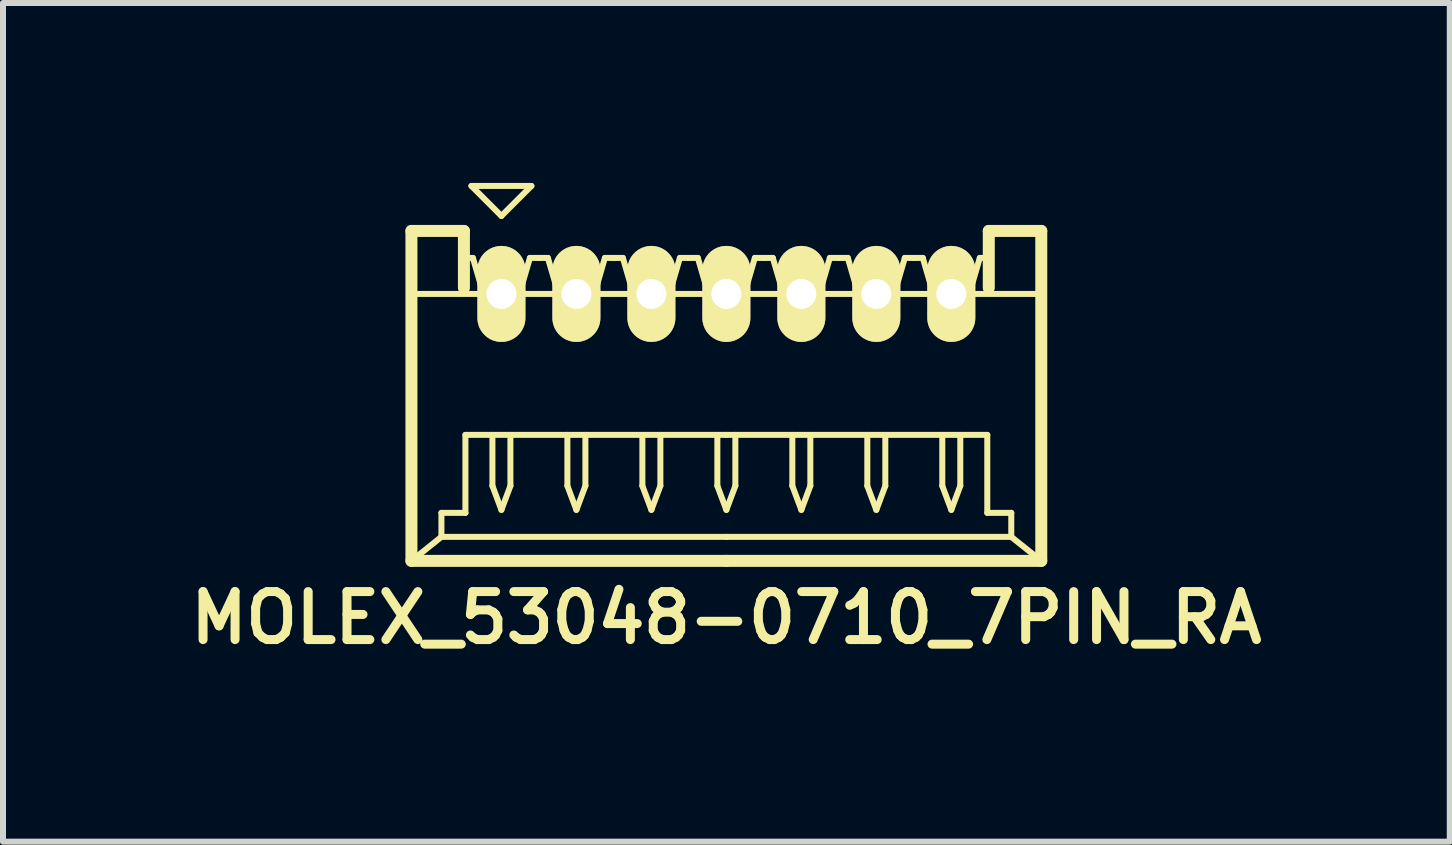
<source format=kicad_pcb>
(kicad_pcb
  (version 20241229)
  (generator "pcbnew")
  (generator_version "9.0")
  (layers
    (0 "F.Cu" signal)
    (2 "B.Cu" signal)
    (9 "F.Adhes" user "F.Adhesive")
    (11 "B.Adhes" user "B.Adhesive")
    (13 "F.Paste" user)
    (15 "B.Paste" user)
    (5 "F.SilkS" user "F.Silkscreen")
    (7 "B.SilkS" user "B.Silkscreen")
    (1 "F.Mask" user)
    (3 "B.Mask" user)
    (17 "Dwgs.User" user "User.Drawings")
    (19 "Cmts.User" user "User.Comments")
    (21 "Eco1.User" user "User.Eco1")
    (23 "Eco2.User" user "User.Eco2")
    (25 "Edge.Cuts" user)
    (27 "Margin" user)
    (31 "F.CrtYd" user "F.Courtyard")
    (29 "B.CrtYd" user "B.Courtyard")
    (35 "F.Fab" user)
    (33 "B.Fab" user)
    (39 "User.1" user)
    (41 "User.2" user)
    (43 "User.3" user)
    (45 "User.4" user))
  (footprint "MOLEX_53048-0710_7PIN_RA"
    (layer "F.Cu")
    (at 9.059 3.55)
    (property "Reference" "MOLEX_53048-0710_7PIN_RA" (at 0 3.7 0) (layer "F.SilkS") (effects (font (size 0.8 0.8) (thickness 0.15))))
    (attr through_hole)
    (fp_line (start -5.25 -2.75) (end -4.375 -2.75) (stroke (width 0.2) (type solid)) (layer "F.SilkS"))
    (fp_line (start -5.25 -1.7) (end 5.25 -1.7) (stroke (width 0.1) (type solid)) (layer "F.SilkS"))
    (fp_line (start -5.25 2.75) (end -5.25 -2.75) (stroke (width 0.2) (type solid)) (layer "F.SilkS"))
    (fp_line (start -4.75 1.95) (end -4.75 2.35) (stroke (width 0.1) (type solid)) (layer "F.SilkS"))
    (fp_line (start -4.75 2.35) (end -5.25 2.75) (stroke (width 0.1) (type solid)) (layer "F.SilkS"))
    (fp_line (start -4.75 2.35) (end 0 2.35) (stroke (width 0.1) (type solid)) (layer "F.SilkS"))
    (fp_line (start -4.375 -2.75) (end -4.375 -1.8) (stroke (width 0.2) (type solid)) (layer "F.SilkS"))
    (fp_line (start -4.375 -2.3) (end -4.225 -2.3) (stroke (width 0.1) (type solid)) (layer "F.SilkS"))
    (fp_line (start -4.35 0.65) (end -4.35 1.95) (stroke (width 0.1) (type solid)) (layer "F.SilkS"))
    (fp_line (start -4.35 1.95) (end -4.75 1.95) (stroke (width 0.1) (type solid)) (layer "F.SilkS"))
    (fp_line (start -4.25 -3.5) (end -3.75 -3) (stroke (width 0.1) (type solid)) (layer "F.SilkS"))
    (fp_line (start -4.225 -2.3) (end -4.05 -1.7) (stroke (width 0.1) (type solid)) (layer "F.SilkS"))
    (fp_line (start -4.05 -1.7) (end -3.45 -1.7) (stroke (width 0.1) (type solid)) (layer "F.SilkS"))
    (fp_line (start -3.9 0.65) (end -3.9 1.5) (stroke (width 0.1) (type solid)) (layer "F.SilkS"))
    (fp_line (start -3.9 1.5) (end -3.75 1.9) (stroke (width 0.1) (type solid)) (layer "F.SilkS"))
    (fp_line (start -3.75 -3) (end -3.25 -3.5) (stroke (width 0.1) (type solid)) (layer "F.SilkS"))
    (fp_line (start -3.75 1.9) (end -3.6 1.5) (stroke (width 0.1) (type solid)) (layer "F.SilkS"))
    (fp_line (start -3.6 1.5) (end -3.6 0.65) (stroke (width 0.1) (type solid)) (layer "F.SilkS"))
    (fp_line (start -3.45 -1.7) (end -3.275 -2.3) (stroke (width 0.1) (type solid)) (layer "F.SilkS"))
    (fp_line (start -3.275 -2.3) (end -3.125 -2.3) (stroke (width 0.1) (type solid)) (layer "F.SilkS"))
    (fp_line (start -3.25 -3.5) (end -4.25 -3.5) (stroke (width 0.1) (type solid)) (layer "F.SilkS"))
    (fp_line (start -3.125 -2.3) (end -2.975 -2.3) (stroke (width 0.1) (type solid)) (layer "F.SilkS"))
    (fp_line (start -2.975 -2.3) (end -2.8 -1.7) (stroke (width 0.1) (type solid)) (layer "F.SilkS"))
    (fp_line (start -2.8 -1.7) (end -2.2 -1.7) (stroke (width 0.1) (type solid)) (layer "F.SilkS"))
    (fp_line (start -2.65 0.65) (end -2.65 1.5) (stroke (width 0.1) (type solid)) (layer "F.SilkS"))
    (fp_line (start -2.65 1.5) (end -2.5 1.9) (stroke (width 0.1) (type solid)) (layer "F.SilkS"))
    (fp_line (start -2.5 1.9) (end -2.35 1.5) (stroke (width 0.1) (type solid)) (layer "F.SilkS"))
    (fp_line (start -2.35 1.5) (end -2.35 0.65) (stroke (width 0.1) (type solid)) (layer "F.SilkS"))
    (fp_line (start -2.2 -1.7) (end -2.025 -2.3) (stroke (width 0.1) (type solid)) (layer "F.SilkS"))
    (fp_line (start -2.025 -2.3) (end -1.875 -2.3) (stroke (width 0.1) (type solid)) (layer "F.SilkS"))
    (fp_line (start -1.875 -2.3) (end -1.725 -2.3) (stroke (width 0.1) (type solid)) (layer "F.SilkS"))
    (fp_line (start -1.725 -2.3) (end -1.55 -1.7) (stroke (width 0.1) (type solid)) (layer "F.SilkS"))
    (fp_line (start -1.55 -1.7) (end -0.95 -1.7) (stroke (width 0.1) (type solid)) (layer "F.SilkS"))
    (fp_line (start -1.4 0.65) (end -1.4 1.5) (stroke (width 0.1) (type solid)) (layer "F.SilkS"))
    (fp_line (start -1.4 1.5) (end -1.25 1.9) (stroke (width 0.1) (type solid)) (layer "F.SilkS"))
    (fp_line (start -1.25 1.9) (end -1.1 1.5) (stroke (width 0.1) (type solid)) (layer "F.SilkS"))
    (fp_line (start -1.1 1.5) (end -1.1 0.65) (stroke (width 0.1) (type solid)) (layer "F.SilkS"))
    (fp_line (start -0.95 -1.7) (end -0.775 -2.3) (stroke (width 0.1) (type solid)) (layer "F.SilkS"))
    (fp_line (start -0.775 -2.3) (end -0.625 -2.3) (stroke (width 0.1) (type solid)) (layer "F.SilkS"))
    (fp_line (start -0.625 -2.3) (end -0.475 -2.3) (stroke (width 0.1) (type solid)) (layer "F.SilkS"))
    (fp_line (start -0.475 -2.3) (end -0.3 -1.7) (stroke (width 0.1) (type solid)) (layer "F.SilkS"))
    (fp_line (start -0.3 -1.7) (end 0.3 -1.7) (stroke (width 0.1) (type solid)) (layer "F.SilkS"))
    (fp_line (start -0.15 0.65) (end -0.15 1.5) (stroke (width 0.1) (type solid)) (layer "F.SilkS"))
    (fp_line (start -0.15 1.5) (end 0 1.9) (stroke (width 0.1) (type solid)) (layer "F.SilkS"))
    (fp_line (start 0 0.65) (end -4.35 0.65) (stroke (width 0.1) (type solid)) (layer "F.SilkS"))
    (fp_line (start 0 0.65) (end 4.35 0.65) (stroke (width 0.1) (type solid)) (layer "F.SilkS"))
    (fp_line (start 0 1.9) (end 0.15 1.5) (stroke (width 0.1) (type solid)) (layer "F.SilkS"))
    (fp_line (start 0 2.75) (end -5.25 2.75) (stroke (width 0.2) (type solid)) (layer "F.SilkS"))
    (fp_line (start 0 2.75) (end 5.25 2.75) (stroke (width 0.2) (type solid)) (layer "F.SilkS"))
    (fp_line (start 0.15 1.5) (end 0.15 0.65) (stroke (width 0.1) (type solid)) (layer "F.SilkS"))
    (fp_line (start 0.3 -1.7) (end 0.475 -2.3) (stroke (width 0.1) (type solid)) (layer "F.SilkS"))
    (fp_line (start 0.475 -2.3) (end 0.625 -2.3) (stroke (width 0.1) (type solid)) (layer "F.SilkS"))
    (fp_line (start 0.625 -2.3) (end 0.775 -2.3) (stroke (width 0.1) (type solid)) (layer "F.SilkS"))
    (fp_line (start 0.775 -2.3) (end 0.95 -1.7) (stroke (width 0.1) (type solid)) (layer "F.SilkS"))
    (fp_line (start 0.95 -1.7) (end 1.55 -1.7) (stroke (width 0.1) (type solid)) (layer "F.SilkS"))
    (fp_line (start 1.1 0.65) (end 1.1 1.5) (stroke (width 0.1) (type solid)) (layer "F.SilkS"))
    (fp_line (start 1.1 1.5) (end 1.25 1.9) (stroke (width 0.1) (type solid)) (layer "F.SilkS"))
    (fp_line (start 1.25 1.9) (end 1.4 1.5) (stroke (width 0.1) (type solid)) (layer "F.SilkS"))
    (fp_line (start 1.4 1.5) (end 1.4 0.65) (stroke (width 0.1) (type solid)) (layer "F.SilkS"))
    (fp_line (start 1.55 -1.7) (end 1.725 -2.3) (stroke (width 0.1) (type solid)) (layer "F.SilkS"))
    (fp_line (start 1.725 -2.3) (end 1.875 -2.3) (stroke (width 0.1) (type solid)) (layer "F.SilkS"))
    (fp_line (start 1.875 -2.3) (end 2.025 -2.3) (stroke (width 0.1) (type solid)) (layer "F.SilkS"))
    (fp_line (start 2.025 -2.3) (end 2.2 -1.7) (stroke (width 0.1) (type solid)) (layer "F.SilkS"))
    (fp_line (start 2.2 -1.7) (end 2.8 -1.7) (stroke (width 0.1) (type solid)) (layer "F.SilkS"))
    (fp_line (start 2.35 0.65) (end 2.35 1.5) (stroke (width 0.1) (type solid)) (layer "F.SilkS"))
    (fp_line (start 2.35 1.5) (end 2.5 1.9) (stroke (width 0.1) (type solid)) (layer "F.SilkS"))
    (fp_line (start 2.5 1.9) (end 2.65 1.5) (stroke (width 0.1) (type solid)) (layer "F.SilkS"))
    (fp_line (start 2.65 1.5) (end 2.65 0.65) (stroke (width 0.1) (type solid)) (layer "F.SilkS"))
    (fp_line (start 2.8 -1.7) (end 2.975 -2.3) (stroke (width 0.1) (type solid)) (layer "F.SilkS"))
    (fp_line (start 2.975 -2.3) (end 3.125 -2.3) (stroke (width 0.1) (type solid)) (layer "F.SilkS"))
    (fp_line (start 3.125 -2.3) (end 3.275 -2.3) (stroke (width 0.1) (type solid)) (layer "F.SilkS"))
    (fp_line (start 3.275 -2.3) (end 3.45 -1.7) (stroke (width 0.1) (type solid)) (layer "F.SilkS"))
    (fp_line (start 3.45 -1.7) (end 4.05 -1.7) (stroke (width 0.1) (type solid)) (layer "F.SilkS"))
    (fp_line (start 3.6 0.65) (end 3.6 1.5) (stroke (width 0.1) (type solid)) (layer "F.SilkS"))
    (fp_line (start 3.6 1.5) (end 3.75 1.9) (stroke (width 0.1) (type solid)) (layer "F.SilkS"))
    (fp_line (start 3.75 1.9) (end 3.9 1.5) (stroke (width 0.1) (type solid)) (layer "F.SilkS"))
    (fp_line (start 3.9 1.5) (end 3.9 0.65) (stroke (width 0.1) (type solid)) (layer "F.SilkS"))
    (fp_line (start 4.05 -1.7) (end 4.225 -2.3) (stroke (width 0.1) (type solid)) (layer "F.SilkS"))
    (fp_line (start 4.225 -2.3) (end 4.375 -2.3) (stroke (width 0.1) (type solid)) (layer "F.SilkS"))
    (fp_line (start 4.35 0.65) (end 4.35 1.95) (stroke (width 0.1) (type solid)) (layer "F.SilkS"))
    (fp_line (start 4.35 1.95) (end 4.75 1.95) (stroke (width 0.1) (type solid)) (layer "F.SilkS"))
    (fp_line (start 4.375 -2.75) (end 4.375 -1.8) (stroke (width 0.2) (type solid)) (layer "F.SilkS"))
    (fp_line (start 4.75 1.95) (end 4.75 2.35) (stroke (width 0.1) (type solid)) (layer "F.SilkS"))
    (fp_line (start 4.75 2.35) (end 0 2.35) (stroke (width 0.1) (type solid)) (layer "F.SilkS"))
    (fp_line (start 4.75 2.35) (end 5.25 2.75) (stroke (width 0.1) (type solid)) (layer "F.SilkS"))
    (fp_line (start 5.25 -2.75) (end 4.375 -2.75) (stroke (width 0.2) (type solid)) (layer "F.SilkS"))
    (fp_line (start 5.25 2.75) (end 5.25 -2.75) (stroke (width 0.2) (type solid)) (layer "F.SilkS"))
    (pad "1" thru_hole oval (at -3.75 -1.7) (size 0.8 1.6) (drill 0.5) (layers "*.Cu" "*.Mask" "F.SilkS"))
    (pad "2" thru_hole oval (at -2.5 -1.7) (size 0.8 1.6) (drill 0.5) (layers "*.Cu" "*.Mask" "F.SilkS"))
    (pad "3" thru_hole oval (at -1.25 -1.7) (size 0.8 1.6) (drill 0.5) (layers "*.Cu" "*.Mask" "F.SilkS"))
    (pad "4" thru_hole oval (at 0 -1.7) (size 0.8 1.6) (drill 0.5) (layers "*.Cu" "*.Mask" "F.SilkS"))
    (pad "5" thru_hole oval (at 1.25 -1.7) (size 0.8 1.6) (drill 0.5) (layers "*.Cu" "*.Mask" "F.SilkS"))
    (pad "6" thru_hole oval (at 2.5 -1.7) (size 0.8 1.6) (drill 0.5) (layers "*.Cu" "*.Mask" "F.SilkS"))
    (pad "7" thru_hole oval (at 3.75 -1.7) (size 0.8 1.6) (drill 0.5) (layers "*.Cu" "*.Mask" "F.SilkS")))
  (gr_rect
    (start -3 -3)
    (end 21.119 10.981)
    (stroke (width 0.1) (type default))
    (fill no)
    (layer "Edge.Cuts")))
</source>
